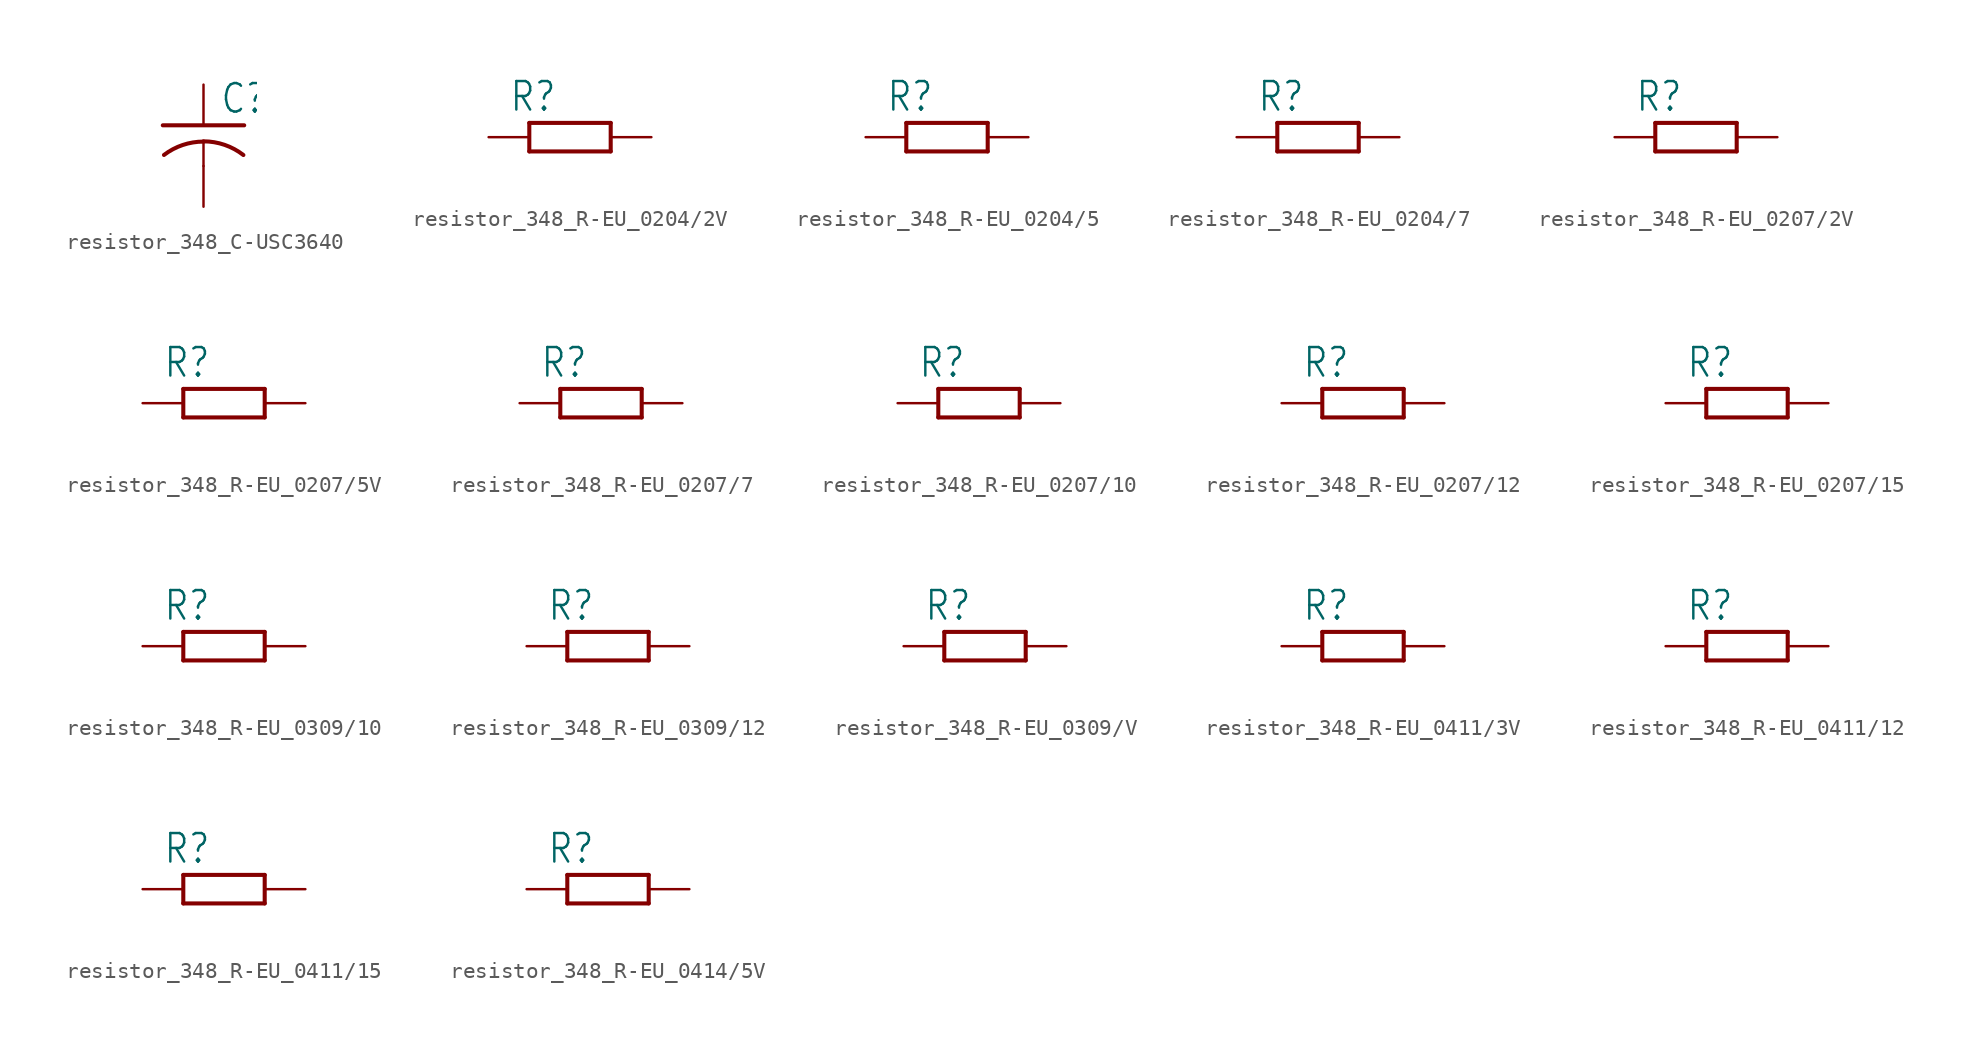
<source format=kicad_sym>
(kicad_symbol_lib
  (version 20241209)
  (generator "kicad_symbol_editor")
  (generator_version "9.0")
  (symbol "resistor_348_C-USC3640"
    (property "Reference" "C"
      (at 1.016 0.635 0)
      (effects (font (size 1.778 1.511)) (justify left bottom)))
    (property "Value" ""
      (at 1.016 -4.191 0)
      (effects (font (size 1.778 1.511)) (justify left bottom)))
    (property "ki_locked" ""
      (at 0 0 0)
      (effects (font (size 1.27 1.27))))
    (symbol "resistor_348_C-USC3640_1_0"
      (polyline (pts (xy -2.54 0) (xy 2.54 0)) (stroke (width 0.254) (type solid)) (fill (type none)))
      (polyline (pts (xy 0 -1.016) (xy 0 -2.54)) (stroke (width 0.152) (type solid)) (fill (type none)))
      (arc (start 0 -1) (mid 1.3158 -1.2195) (end 2.4892 -1.8541) (stroke (width 0.254) (type solid)) (fill (type none)))
      (arc (start -2.4668 -1.8504) (mid -1.302 -1.2303) (end 0 -1.0161) (stroke (width 0.254) (type solid)) (fill (type none)))
      (pin passive line (at 0 2.54 270) (length 2.54) (name "1" (effects (font (size 0 0)))) (number "1" (effects (font (size 0 0)))))
      (pin passive line (at 0 -5.08 90) (length 2.54) (name "2" (effects (font (size 0 0)))) (number "2" (effects (font (size 0 0)))))))
  (symbol "resistor_348_R-EU_0204/2V"
    (property "Reference" "R"
      (at -3.81 1.499 0)
      (effects (font (size 1.778 1.511)) (justify left bottom)))
    (property "Value" ""
      (at -3.81 -3.302 0)
      (effects (font (size 1.778 1.511)) (justify left bottom)))
    (property "ki_locked" ""
      (at 0 0 0)
      (effects (font (size 1.27 1.27))))
    (symbol "resistor_348_R-EU_0204/2V_1_0"
      (polyline (pts (xy -2.54 -0.889) (xy -2.54 0.889)) (stroke (width 0.254) (type solid)) (fill (type none)))
      (polyline (pts (xy -2.54 -0.889) (xy 2.54 -0.889)) (stroke (width 0.254) (type solid)) (fill (type none)))
      (polyline (pts (xy 2.54 0.889) (xy -2.54 0.889)) (stroke (width 0.254) (type solid)) (fill (type none)))
      (polyline (pts (xy 2.54 -0.889) (xy 2.54 0.889)) (stroke (width 0.254) (type solid)) (fill (type none)))
      (pin passive line (at -5.08 0 0) (length 2.54) (name "1" (effects (font (size 0 0)))) (number "1" (effects (font (size 0 0)))))
      (pin passive line (at 5.08 0 180) (length 2.54) (name "2" (effects (font (size 0 0)))) (number "2" (effects (font (size 0 0)))))))
  (symbol "resistor_348_R-EU_0204/5"
    (property "Reference" "R"
      (at -3.81 1.499 0)
      (effects (font (size 1.778 1.511)) (justify left bottom)))
    (property "Value" ""
      (at -3.81 -3.302 0)
      (effects (font (size 1.778 1.511)) (justify left bottom)))
    (property "ki_locked" ""
      (at 0 0 0)
      (effects (font (size 1.27 1.27))))
    (symbol "resistor_348_R-EU_0204/5_1_0"
      (polyline (pts (xy -2.54 -0.889) (xy -2.54 0.889)) (stroke (width 0.254) (type solid)) (fill (type none)))
      (polyline (pts (xy -2.54 -0.889) (xy 2.54 -0.889)) (stroke (width 0.254) (type solid)) (fill (type none)))
      (polyline (pts (xy 2.54 0.889) (xy -2.54 0.889)) (stroke (width 0.254) (type solid)) (fill (type none)))
      (polyline (pts (xy 2.54 -0.889) (xy 2.54 0.889)) (stroke (width 0.254) (type solid)) (fill (type none)))
      (pin passive line (at -5.08 0 0) (length 2.54) (name "1" (effects (font (size 0 0)))) (number "1" (effects (font (size 0 0)))))
      (pin passive line (at 5.08 0 180) (length 2.54) (name "2" (effects (font (size 0 0)))) (number "2" (effects (font (size 0 0)))))))
  (symbol "resistor_348_R-EU_0204/7"
    (property "Reference" "R"
      (at -3.81 1.499 0)
      (effects (font (size 1.778 1.511)) (justify left bottom)))
    (property "Value" ""
      (at -3.81 -3.302 0)
      (effects (font (size 1.778 1.511)) (justify left bottom)))
    (property "ki_locked" ""
      (at 0 0 0)
      (effects (font (size 1.27 1.27))))
    (symbol "resistor_348_R-EU_0204/7_1_0"
      (polyline (pts (xy -2.54 -0.889) (xy -2.54 0.889)) (stroke (width 0.254) (type solid)) (fill (type none)))
      (polyline (pts (xy -2.54 -0.889) (xy 2.54 -0.889)) (stroke (width 0.254) (type solid)) (fill (type none)))
      (polyline (pts (xy 2.54 0.889) (xy -2.54 0.889)) (stroke (width 0.254) (type solid)) (fill (type none)))
      (polyline (pts (xy 2.54 -0.889) (xy 2.54 0.889)) (stroke (width 0.254) (type solid)) (fill (type none)))
      (pin passive line (at -5.08 0 0) (length 2.54) (name "1" (effects (font (size 0 0)))) (number "1" (effects (font (size 0 0)))))
      (pin passive line (at 5.08 0 180) (length 2.54) (name "2" (effects (font (size 0 0)))) (number "2" (effects (font (size 0 0)))))))
  (symbol "resistor_348_R-EU_0207/2V"
    (property "Reference" "R"
      (at -3.81 1.499 0)
      (effects (font (size 1.778 1.511)) (justify left bottom)))
    (property "Value" ""
      (at -3.81 -3.302 0)
      (effects (font (size 1.778 1.511)) (justify left bottom)))
    (property "ki_locked" ""
      (at 0 0 0)
      (effects (font (size 1.27 1.27))))
    (symbol "resistor_348_R-EU_0207/2V_1_0"
      (polyline (pts (xy -2.54 -0.889) (xy -2.54 0.889)) (stroke (width 0.254) (type solid)) (fill (type none)))
      (polyline (pts (xy -2.54 -0.889) (xy 2.54 -0.889)) (stroke (width 0.254) (type solid)) (fill (type none)))
      (polyline (pts (xy 2.54 0.889) (xy -2.54 0.889)) (stroke (width 0.254) (type solid)) (fill (type none)))
      (polyline (pts (xy 2.54 -0.889) (xy 2.54 0.889)) (stroke (width 0.254) (type solid)) (fill (type none)))
      (pin passive line (at -5.08 0 0) (length 2.54) (name "1" (effects (font (size 0 0)))) (number "1" (effects (font (size 0 0)))))
      (pin passive line (at 5.08 0 180) (length 2.54) (name "2" (effects (font (size 0 0)))) (number "2" (effects (font (size 0 0)))))))
  (symbol "resistor_348_R-EU_0207/5V"
    (property "Reference" "R"
      (at -3.81 1.499 0)
      (effects (font (size 1.778 1.511)) (justify left bottom)))
    (property "Value" ""
      (at -3.81 -3.302 0)
      (effects (font (size 1.778 1.511)) (justify left bottom)))
    (property "ki_locked" ""
      (at 0 0 0)
      (effects (font (size 1.27 1.27))))
    (symbol "resistor_348_R-EU_0207/5V_1_0"
      (polyline (pts (xy -2.54 -0.889) (xy -2.54 0.889)) (stroke (width 0.254) (type solid)) (fill (type none)))
      (polyline (pts (xy -2.54 -0.889) (xy 2.54 -0.889)) (stroke (width 0.254) (type solid)) (fill (type none)))
      (polyline (pts (xy 2.54 0.889) (xy -2.54 0.889)) (stroke (width 0.254) (type solid)) (fill (type none)))
      (polyline (pts (xy 2.54 -0.889) (xy 2.54 0.889)) (stroke (width 0.254) (type solid)) (fill (type none)))
      (pin passive line (at -5.08 0 0) (length 2.54) (name "1" (effects (font (size 0 0)))) (number "1" (effects (font (size 0 0)))))
      (pin passive line (at 5.08 0 180) (length 2.54) (name "2" (effects (font (size 0 0)))) (number "2" (effects (font (size 0 0)))))))
  (symbol "resistor_348_R-EU_0207/7"
    (property "Reference" "R"
      (at -3.81 1.499 0)
      (effects (font (size 1.778 1.511)) (justify left bottom)))
    (property "Value" ""
      (at -3.81 -3.302 0)
      (effects (font (size 1.778 1.511)) (justify left bottom)))
    (property "ki_locked" ""
      (at 0 0 0)
      (effects (font (size 1.27 1.27))))
    (symbol "resistor_348_R-EU_0207/7_1_0"
      (polyline (pts (xy -2.54 -0.889) (xy -2.54 0.889)) (stroke (width 0.254) (type solid)) (fill (type none)))
      (polyline (pts (xy -2.54 -0.889) (xy 2.54 -0.889)) (stroke (width 0.254) (type solid)) (fill (type none)))
      (polyline (pts (xy 2.54 0.889) (xy -2.54 0.889)) (stroke (width 0.254) (type solid)) (fill (type none)))
      (polyline (pts (xy 2.54 -0.889) (xy 2.54 0.889)) (stroke (width 0.254) (type solid)) (fill (type none)))
      (pin passive line (at -5.08 0 0) (length 2.54) (name "1" (effects (font (size 0 0)))) (number "1" (effects (font (size 0 0)))))
      (pin passive line (at 5.08 0 180) (length 2.54) (name "2" (effects (font (size 0 0)))) (number "2" (effects (font (size 0 0)))))))
  (symbol "resistor_348_R-EU_0207/10"
    (property "Reference" "R"
      (at -3.81 1.499 0)
      (effects (font (size 1.778 1.511)) (justify left bottom)))
    (property "Value" ""
      (at -3.81 -3.302 0)
      (effects (font (size 1.778 1.511)) (justify left bottom)))
    (property "ki_locked" ""
      (at 0 0 0)
      (effects (font (size 1.27 1.27))))
    (symbol "resistor_348_R-EU_0207/10_1_0"
      (polyline (pts (xy -2.54 -0.889) (xy -2.54 0.889)) (stroke (width 0.254) (type solid)) (fill (type none)))
      (polyline (pts (xy -2.54 -0.889) (xy 2.54 -0.889)) (stroke (width 0.254) (type solid)) (fill (type none)))
      (polyline (pts (xy 2.54 0.889) (xy -2.54 0.889)) (stroke (width 0.254) (type solid)) (fill (type none)))
      (polyline (pts (xy 2.54 -0.889) (xy 2.54 0.889)) (stroke (width 0.254) (type solid)) (fill (type none)))
      (pin passive line (at -5.08 0 0) (length 2.54) (name "1" (effects (font (size 0 0)))) (number "1" (effects (font (size 0 0)))))
      (pin passive line (at 5.08 0 180) (length 2.54) (name "2" (effects (font (size 0 0)))) (number "2" (effects (font (size 0 0)))))))
  (symbol "resistor_348_R-EU_0207/12"
    (property "Reference" "R"
      (at -3.81 1.499 0)
      (effects (font (size 1.778 1.511)) (justify left bottom)))
    (property "Value" ""
      (at -3.81 -3.302 0)
      (effects (font (size 1.778 1.511)) (justify left bottom)))
    (property "ki_locked" ""
      (at 0 0 0)
      (effects (font (size 1.27 1.27))))
    (symbol "resistor_348_R-EU_0207/12_1_0"
      (polyline (pts (xy -2.54 -0.889) (xy -2.54 0.889)) (stroke (width 0.254) (type solid)) (fill (type none)))
      (polyline (pts (xy -2.54 -0.889) (xy 2.54 -0.889)) (stroke (width 0.254) (type solid)) (fill (type none)))
      (polyline (pts (xy 2.54 0.889) (xy -2.54 0.889)) (stroke (width 0.254) (type solid)) (fill (type none)))
      (polyline (pts (xy 2.54 -0.889) (xy 2.54 0.889)) (stroke (width 0.254) (type solid)) (fill (type none)))
      (pin passive line (at -5.08 0 0) (length 2.54) (name "1" (effects (font (size 0 0)))) (number "1" (effects (font (size 0 0)))))
      (pin passive line (at 5.08 0 180) (length 2.54) (name "2" (effects (font (size 0 0)))) (number "2" (effects (font (size 0 0)))))))
  (symbol "resistor_348_R-EU_0207/15"
    (property "Reference" "R"
      (at -3.81 1.499 0)
      (effects (font (size 1.778 1.511)) (justify left bottom)))
    (property "Value" ""
      (at -3.81 -3.302 0)
      (effects (font (size 1.778 1.511)) (justify left bottom)))
    (property "ki_locked" ""
      (at 0 0 0)
      (effects (font (size 1.27 1.27))))
    (symbol "resistor_348_R-EU_0207/15_1_0"
      (polyline (pts (xy -2.54 -0.889) (xy -2.54 0.889)) (stroke (width 0.254) (type solid)) (fill (type none)))
      (polyline (pts (xy -2.54 -0.889) (xy 2.54 -0.889)) (stroke (width 0.254) (type solid)) (fill (type none)))
      (polyline (pts (xy 2.54 0.889) (xy -2.54 0.889)) (stroke (width 0.254) (type solid)) (fill (type none)))
      (polyline (pts (xy 2.54 -0.889) (xy 2.54 0.889)) (stroke (width 0.254) (type solid)) (fill (type none)))
      (pin passive line (at -5.08 0 0) (length 2.54) (name "1" (effects (font (size 0 0)))) (number "1" (effects (font (size 0 0)))))
      (pin passive line (at 5.08 0 180) (length 2.54) (name "2" (effects (font (size 0 0)))) (number "2" (effects (font (size 0 0)))))))
  (symbol "resistor_348_R-EU_0309/10"
    (property "Reference" "R"
      (at -3.81 1.499 0)
      (effects (font (size 1.778 1.511)) (justify left bottom)))
    (property "Value" ""
      (at -3.81 -3.302 0)
      (effects (font (size 1.778 1.511)) (justify left bottom)))
    (property "ki_locked" ""
      (at 0 0 0)
      (effects (font (size 1.27 1.27))))
    (symbol "resistor_348_R-EU_0309/10_1_0"
      (polyline (pts (xy -2.54 -0.889) (xy -2.54 0.889)) (stroke (width 0.254) (type solid)) (fill (type none)))
      (polyline (pts (xy -2.54 -0.889) (xy 2.54 -0.889)) (stroke (width 0.254) (type solid)) (fill (type none)))
      (polyline (pts (xy 2.54 0.889) (xy -2.54 0.889)) (stroke (width 0.254) (type solid)) (fill (type none)))
      (polyline (pts (xy 2.54 -0.889) (xy 2.54 0.889)) (stroke (width 0.254) (type solid)) (fill (type none)))
      (pin passive line (at -5.08 0 0) (length 2.54) (name "1" (effects (font (size 0 0)))) (number "1" (effects (font (size 0 0)))))
      (pin passive line (at 5.08 0 180) (length 2.54) (name "2" (effects (font (size 0 0)))) (number "2" (effects (font (size 0 0)))))))
  (symbol "resistor_348_R-EU_0309/12"
    (property "Reference" "R"
      (at -3.81 1.499 0)
      (effects (font (size 1.778 1.511)) (justify left bottom)))
    (property "Value" ""
      (at -3.81 -3.302 0)
      (effects (font (size 1.778 1.511)) (justify left bottom)))
    (property "ki_locked" ""
      (at 0 0 0)
      (effects (font (size 1.27 1.27))))
    (symbol "resistor_348_R-EU_0309/12_1_0"
      (polyline (pts (xy -2.54 -0.889) (xy -2.54 0.889)) (stroke (width 0.254) (type solid)) (fill (type none)))
      (polyline (pts (xy -2.54 -0.889) (xy 2.54 -0.889)) (stroke (width 0.254) (type solid)) (fill (type none)))
      (polyline (pts (xy 2.54 0.889) (xy -2.54 0.889)) (stroke (width 0.254) (type solid)) (fill (type none)))
      (polyline (pts (xy 2.54 -0.889) (xy 2.54 0.889)) (stroke (width 0.254) (type solid)) (fill (type none)))
      (pin passive line (at -5.08 0 0) (length 2.54) (name "1" (effects (font (size 0 0)))) (number "1" (effects (font (size 0 0)))))
      (pin passive line (at 5.08 0 180) (length 2.54) (name "2" (effects (font (size 0 0)))) (number "2" (effects (font (size 0 0)))))))
  (symbol "resistor_348_R-EU_0309/V"
    (property "Reference" "R"
      (at -3.81 1.499 0)
      (effects (font (size 1.778 1.511)) (justify left bottom)))
    (property "Value" ""
      (at -3.81 -3.302 0)
      (effects (font (size 1.778 1.511)) (justify left bottom)))
    (property "ki_locked" ""
      (at 0 0 0)
      (effects (font (size 1.27 1.27))))
    (symbol "resistor_348_R-EU_0309/V_1_0"
      (polyline (pts (xy -2.54 -0.889) (xy -2.54 0.889)) (stroke (width 0.254) (type solid)) (fill (type none)))
      (polyline (pts (xy -2.54 -0.889) (xy 2.54 -0.889)) (stroke (width 0.254) (type solid)) (fill (type none)))
      (polyline (pts (xy 2.54 0.889) (xy -2.54 0.889)) (stroke (width 0.254) (type solid)) (fill (type none)))
      (polyline (pts (xy 2.54 -0.889) (xy 2.54 0.889)) (stroke (width 0.254) (type solid)) (fill (type none)))
      (pin passive line (at -5.08 0 0) (length 2.54) (name "1" (effects (font (size 0 0)))) (number "1" (effects (font (size 0 0)))))
      (pin passive line (at 5.08 0 180) (length 2.54) (name "2" (effects (font (size 0 0)))) (number "2" (effects (font (size 0 0)))))))
  (symbol "resistor_348_R-EU_0411/3V"
    (property "Reference" "R"
      (at -3.81 1.499 0)
      (effects (font (size 1.778 1.511)) (justify left bottom)))
    (property "Value" ""
      (at -3.81 -3.302 0)
      (effects (font (size 1.778 1.511)) (justify left bottom)))
    (property "ki_locked" ""
      (at 0 0 0)
      (effects (font (size 1.27 1.27))))
    (symbol "resistor_348_R-EU_0411/3V_1_0"
      (polyline (pts (xy -2.54 -0.889) (xy -2.54 0.889)) (stroke (width 0.254) (type solid)) (fill (type none)))
      (polyline (pts (xy -2.54 -0.889) (xy 2.54 -0.889)) (stroke (width 0.254) (type solid)) (fill (type none)))
      (polyline (pts (xy 2.54 0.889) (xy -2.54 0.889)) (stroke (width 0.254) (type solid)) (fill (type none)))
      (polyline (pts (xy 2.54 -0.889) (xy 2.54 0.889)) (stroke (width 0.254) (type solid)) (fill (type none)))
      (pin passive line (at -5.08 0 0) (length 2.54) (name "1" (effects (font (size 0 0)))) (number "1" (effects (font (size 0 0)))))
      (pin passive line (at 5.08 0 180) (length 2.54) (name "2" (effects (font (size 0 0)))) (number "2" (effects (font (size 0 0)))))))
  (symbol "resistor_348_R-EU_0411/12"
    (property "Reference" "R"
      (at -3.81 1.499 0)
      (effects (font (size 1.778 1.511)) (justify left bottom)))
    (property "Value" ""
      (at -3.81 -3.302 0)
      (effects (font (size 1.778 1.511)) (justify left bottom)))
    (property "ki_locked" ""
      (at 0 0 0)
      (effects (font (size 1.27 1.27))))
    (symbol "resistor_348_R-EU_0411/12_1_0"
      (polyline (pts (xy -2.54 -0.889) (xy -2.54 0.889)) (stroke (width 0.254) (type solid)) (fill (type none)))
      (polyline (pts (xy -2.54 -0.889) (xy 2.54 -0.889)) (stroke (width 0.254) (type solid)) (fill (type none)))
      (polyline (pts (xy 2.54 0.889) (xy -2.54 0.889)) (stroke (width 0.254) (type solid)) (fill (type none)))
      (polyline (pts (xy 2.54 -0.889) (xy 2.54 0.889)) (stroke (width 0.254) (type solid)) (fill (type none)))
      (pin passive line (at -5.08 0 0) (length 2.54) (name "1" (effects (font (size 0 0)))) (number "1" (effects (font (size 0 0)))))
      (pin passive line (at 5.08 0 180) (length 2.54) (name "2" (effects (font (size 0 0)))) (number "2" (effects (font (size 0 0)))))))
  (symbol "resistor_348_R-EU_0411/15"
    (property "Reference" "R"
      (at -3.81 1.499 0)
      (effects (font (size 1.778 1.511)) (justify left bottom)))
    (property "Value" ""
      (at -3.81 -3.302 0)
      (effects (font (size 1.778 1.511)) (justify left bottom)))
    (property "ki_locked" ""
      (at 0 0 0)
      (effects (font (size 1.27 1.27))))
    (symbol "resistor_348_R-EU_0411/15_1_0"
      (polyline (pts (xy -2.54 -0.889) (xy -2.54 0.889)) (stroke (width 0.254) (type solid)) (fill (type none)))
      (polyline (pts (xy -2.54 -0.889) (xy 2.54 -0.889)) (stroke (width 0.254) (type solid)) (fill (type none)))
      (polyline (pts (xy 2.54 0.889) (xy -2.54 0.889)) (stroke (width 0.254) (type solid)) (fill (type none)))
      (polyline (pts (xy 2.54 -0.889) (xy 2.54 0.889)) (stroke (width 0.254) (type solid)) (fill (type none)))
      (pin passive line (at -5.08 0 0) (length 2.54) (name "1" (effects (font (size 0 0)))) (number "1" (effects (font (size 0 0)))))
      (pin passive line (at 5.08 0 180) (length 2.54) (name "2" (effects (font (size 0 0)))) (number "2" (effects (font (size 0 0)))))))
  (symbol "resistor_348_R-EU_0414/5V"
    (property "Reference" "R"
      (at -3.81 1.499 0)
      (effects (font (size 1.778 1.511)) (justify left bottom)))
    (property "Value" ""
      (at -3.81 -3.302 0)
      (effects (font (size 1.778 1.511)) (justify left bottom)))
    (property "ki_locked" ""
      (at 0 0 0)
      (effects (font (size 1.27 1.27))))
    (symbol "resistor_348_R-EU_0414/5V_1_0"
      (polyline (pts (xy -2.54 -0.889) (xy -2.54 0.889)) (stroke (width 0.254) (type solid)) (fill (type none)))
      (polyline (pts (xy -2.54 -0.889) (xy 2.54 -0.889)) (stroke (width 0.254) (type solid)) (fill (type none)))
      (polyline (pts (xy 2.54 0.889) (xy -2.54 0.889)) (stroke (width 0.254) (type solid)) (fill (type none)))
      (polyline (pts (xy 2.54 -0.889) (xy 2.54 0.889)) (stroke (width 0.254) (type solid)) (fill (type none)))
      (pin passive line (at -5.08 0 0) (length 2.54) (name "1" (effects (font (size 0 0)))) (number "1" (effects (font (size 0 0)))))
      (pin passive line (at 5.08 0 180) (length 2.54) (name "2" (effects (font (size 0 0)))) (number "2" (effects (font (size 0 0))))))))
</source>
